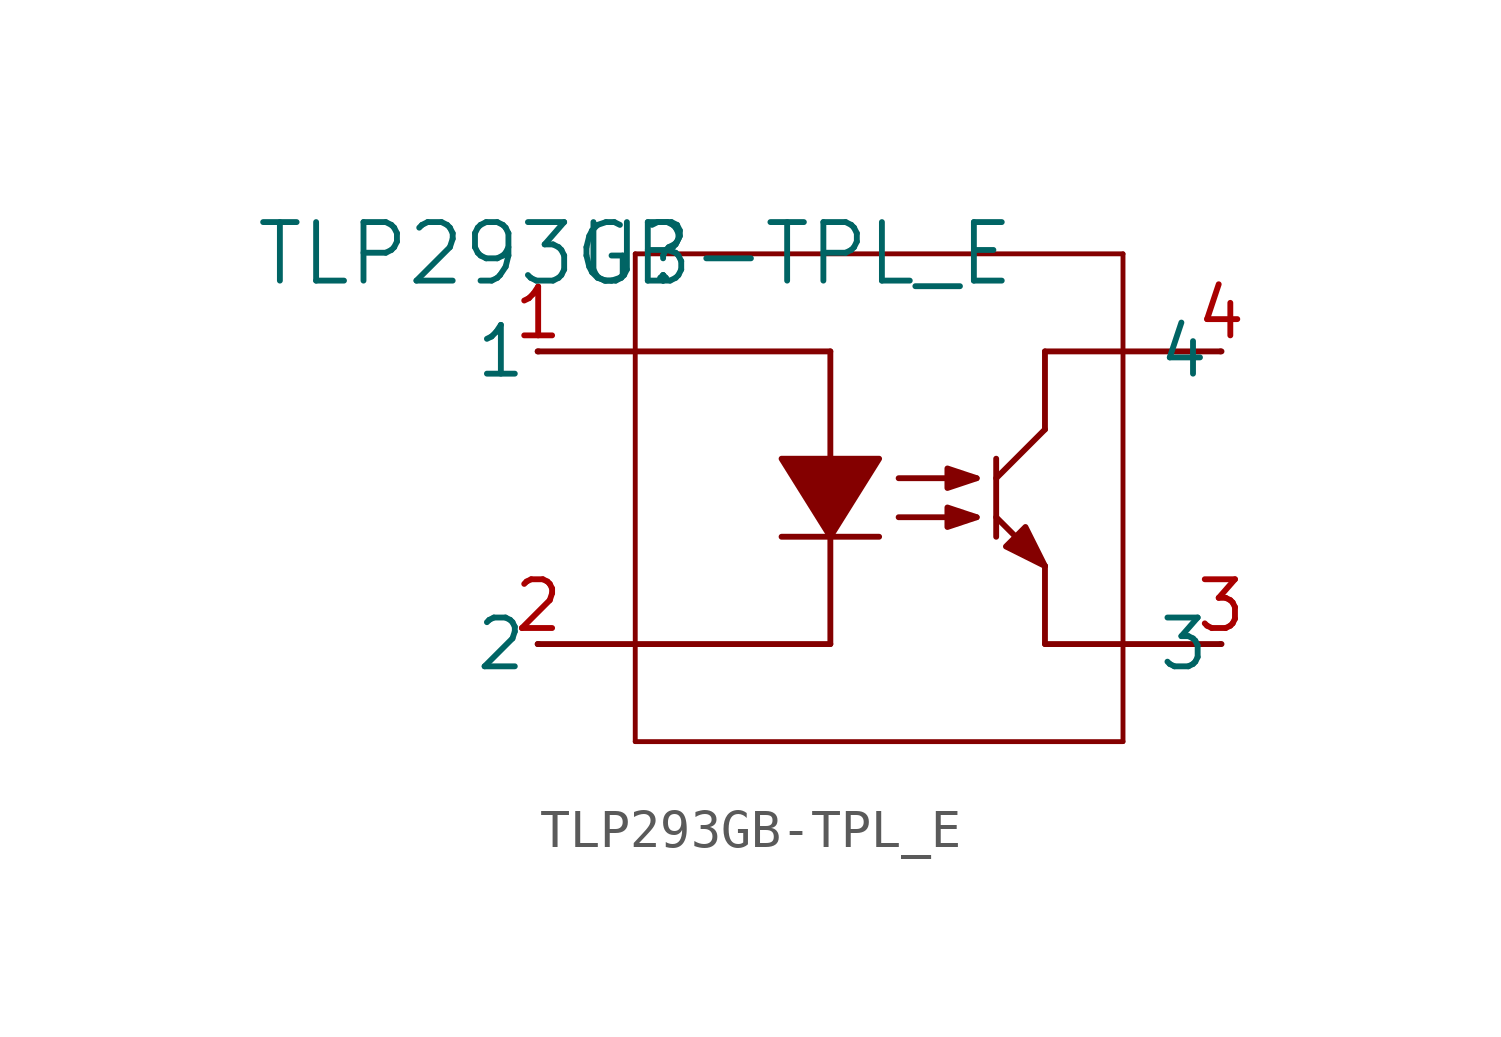
<source format=kicad_sym>
(kicad_symbol_lib
  (version 20211014)
  (generator kicad_symbol_editor)
  (symbol "TLP293GB-TPL_E"
    (pin_names
      (offset 0.254))
    (property "Reference" "U"
      (at 0 0 0)
      (effects (font (size 1.524 1.524))))
    (property "Value" "TLP293GB-TPL_E"
      (at 0 0 0)
      (effects (font (size 1.524 1.524))))
    (symbol "TLP293GB-TPL_E_0_1"
      (polyline (pts (xy 10.668 -8.128) (xy 10.668 -8.128) (xy 10.16 -7.112) (xy 9.652 -7.62) (xy 10.668 -8.128)) (stroke (width 0) (type default) (color 0 0 0 0)) (fill (type outline)))
      (polyline (pts (xy -2.54 -2.54) (xy 0 -2.54)) (stroke (width 0) (type default) (color 0 0 0 0)) (fill (type none)))
      (polyline (pts (xy -2.54 -10.16) (xy 0 -10.16)) (stroke (width 0) (type default) (color 0 0 0 0)) (fill (type none)))
      (polyline (pts (xy 15.24 -10.16) (xy 12.7 -10.16)) (stroke (width 0) (type default) (color 0 0 0 0)) (fill (type none)))
      (polyline (pts (xy 15.24 -2.54) (xy 12.7 -2.54)) (stroke (width 0) (type default) (color 0 0 0 0)) (fill (type none)))
      (polyline (pts (xy 0 -12.7) (xy 0 0)) (stroke (width 0.127) (type default) (color 0 0 0 0)) (fill (type none)))
      (polyline (pts (xy 0 0) (xy 12.7 0)) (stroke (width 0.127) (type default) (color 0 0 0 0)) (fill (type none)))
      (polyline (pts (xy 12.7 0) (xy 12.7 -12.7)) (stroke (width 0.127) (type default) (color 0 0 0 0)) (fill (type none)))
      (polyline (pts (xy 12.7 -12.7) (xy 0 -12.7)) (stroke (width 0.127) (type default) (color 0 0 0 0)) (fill (type none)))
      (polyline (pts (xy 0 -2.54) (xy 5.08 -2.54)) (stroke (width 0) (type default) (color 0 0 0 0)) (fill (type none)))
      (polyline (pts (xy 0 -10.16) (xy 5.08 -10.16)) (stroke (width 0) (type default) (color 0 0 0 0)) (fill (type none)))
      (polyline (pts (xy 5.08 -2.54) (xy 5.08 -5.334)) (stroke (width 0) (type default) (color 0 0 0 0)) (fill (type none)))
      (polyline (pts (xy 5.08 -10.16) (xy 5.08 -7.366)) (stroke (width 0) (type default) (color 0 0 0 0)) (fill (type none)))
      (polyline (pts (xy 3.81 -7.366) (xy 6.35 -7.366)) (stroke (width 0) (type default) (color 0 0 0 0)) (fill (type none)))
      (polyline (pts (xy 10.668 -2.54) (xy 12.7 -2.54)) (stroke (width 0) (type default) (color 0 0 0 0)) (fill (type none)))
      (polyline (pts (xy 10.668 -10.16) (xy 12.7 -10.16)) (stroke (width 0) (type default) (color 0 0 0 0)) (fill (type none)))
      (polyline (pts (xy 6.858 -5.842) (xy 8.89 -5.842)) (stroke (width 0) (type default) (color 0 0 0 0)) (fill (type none)))
      (polyline (pts (xy 9.398 -5.334) (xy 9.398 -7.366)) (stroke (width 0) (type default) (color 0 0 0 0)) (fill (type none)))
      (polyline (pts (xy 6.858 -6.858) (xy 8.89 -6.858)) (stroke (width 0) (type default) (color 0 0 0 0)) (fill (type none)))
      (polyline (pts (xy 10.668 -2.54) (xy 10.668 -4.572)) (stroke (width 0) (type default) (color 0 0 0 0)) (fill (type none)))
      (polyline (pts (xy 10.668 -10.16) (xy 10.668 -8.128)) (stroke (width 0) (type default) (color 0 0 0 0)) (fill (type none)))
      (polyline (pts (xy 10.668 -8.128) (xy 9.398 -6.858)) (stroke (width 0) (type default) (color 0 0 0 0)) (fill (type none)))
      (polyline (pts (xy 10.668 -4.572) (xy 9.398 -5.842)) (stroke (width 0) (type default) (color 0 0 0 0)) (fill (type none)))
      (polyline (pts (xy 3.81 -5.334) (xy 3.81 -5.334) (xy 6.35 -5.334) (xy 5.08 -7.366) (xy 3.81 -5.334)) (stroke (width 0) (type default) (color 0 0 0 0)) (fill (type outline)))
      (polyline (pts (xy 8.128 -5.588) (xy 8.128 -5.588) (xy 8.128 -6.096) (xy 8.89 -5.842) (xy 8.128 -5.588)) (stroke (width 0) (type default) (color 0 0 0 0)) (fill (type outline)))
      (polyline (pts (xy 8.128 -6.604) (xy 8.128 -6.604) (xy 8.128 -7.112) (xy 8.89 -6.858) (xy 8.128 -6.604)) (stroke (width 0) (type default) (color 0 0 0 0)) (fill (type outline)))
      (pin unspecified line (at -2.515 -2.54 180) (length 0.025) (name "1" (effects (font (size 1.27 1.27)))) (number "1" (effects (font (size 1.27 1.27)))))
      (pin unspecified line (at -2.515 -10.16 180) (length 0.025) (name "2" (effects (font (size 1.27 1.27)))) (number "2" (effects (font (size 1.27 1.27)))))
      (pin unspecified line (at 15.265 -10.16 180) (length 0.025) (name "3" (effects (font (size 1.27 1.27)))) (number "3" (effects (font (size 1.27 1.27)))))
      (pin unspecified line (at 15.265 -2.54 180) (length 0.025) (name "4" (effects (font (size 1.27 1.27)))) (number "4" (effects (font (size 1.27 1.27))))))))
</source>
